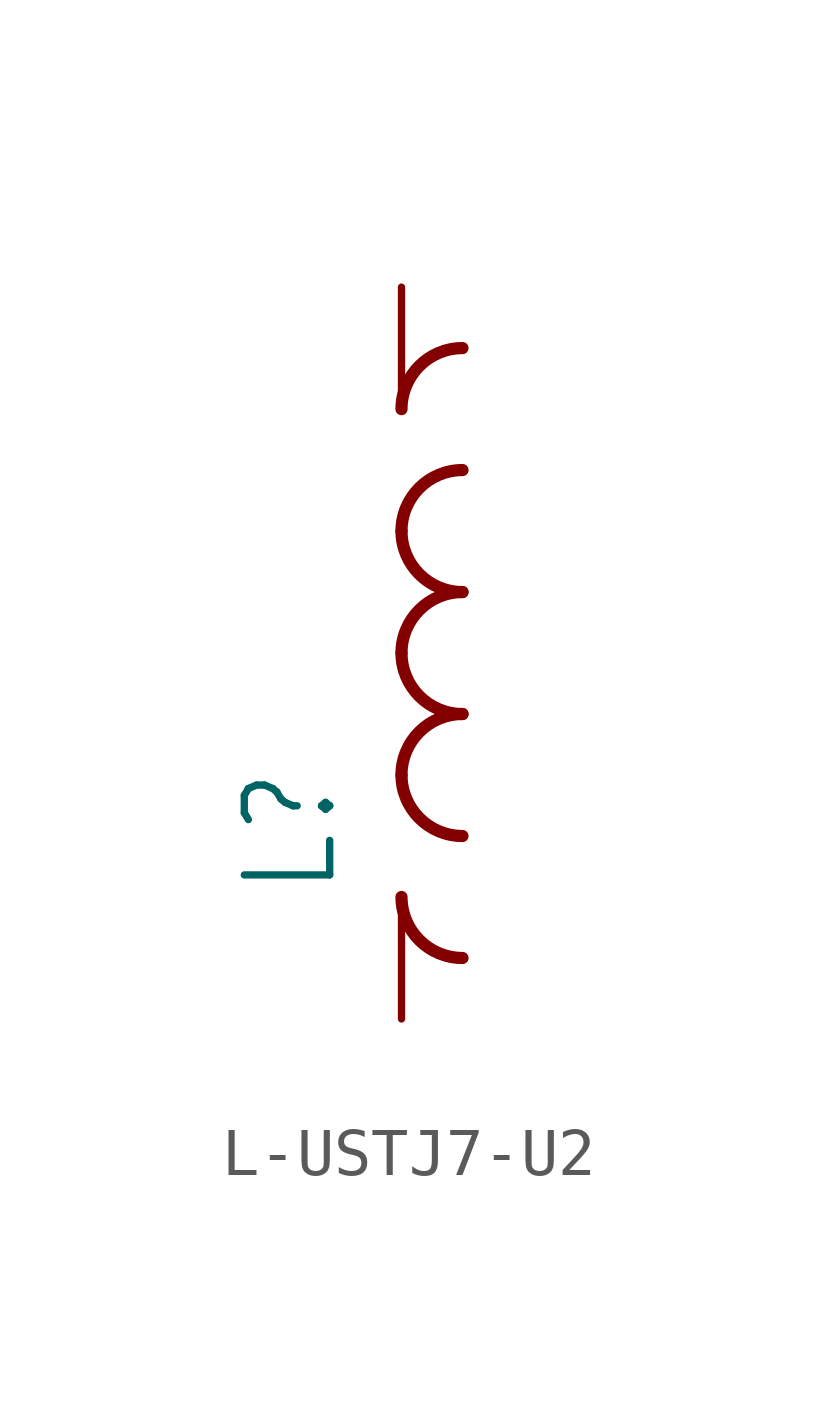
<source format=kicad_sym>
(kicad_symbol_lib
  (version 20241209)
  (generator "kicad_symbol_editor")
  (generator_version "9.0")
  (symbol "L-USTJ7-U2"
    (property "Reference" "L"
      (at -1.27 -5.08 90)
      (effects (font (size 1.778 1.511)) (justify left bottom)))
    (property "Value" ""
      (at 3.81 -5.08 90)
      (effects (font (size 1.778 1.511)) (justify left bottom)))
    (property "ki_locked" ""
      (at 0 0 0)
      (effects (font (size 1.27 1.27))))
    (symbol "L-USTJ7-U2_1_0"
      (arc (start 0 5.08) (mid 0.372 5.978) (end 1.27 6.35) (stroke (width 0.254) (type solid)) (fill (type none)))
      (arc (start 0 2.54) (mid 0.372 3.438) (end 1.27 3.81) (stroke (width 0.254) (type solid)) (fill (type none)))
      (arc (start 1.27 1.27) (mid 0.372 1.642) (end 0 2.54) (stroke (width 0.254) (type solid)) (fill (type none)))
      (arc (start 0 0) (mid 0.372 0.898) (end 1.27 1.27) (stroke (width 0.254) (type solid)) (fill (type none)))
      (arc (start 1.27 -1.27) (mid 0.372 -0.898) (end 0 0) (stroke (width 0.254) (type solid)) (fill (type none)))
      (arc (start 0 -2.54) (mid 0.372 -1.642) (end 1.27 -1.27) (stroke (width 0.254) (type solid)) (fill (type none)))
      (arc (start 1.27 -3.81) (mid 0.372 -3.438) (end 0 -2.54) (stroke (width 0.254) (type solid)) (fill (type none)))
      (arc (start 1.27 -6.35) (mid 0.372 -5.978) (end 0 -5.08) (stroke (width 0.254) (type solid)) (fill (type none)))
      (pin passive line (at 0 7.62 270) (length 2.54) (name "1" (effects (font (size 0 0)))) (number "1" (effects (font (size 0 0)))))
      (pin passive line (at 0 -7.62 90) (length 2.54) (name "2" (effects (font (size 0 0)))) (number "2" (effects (font (size 0 0))))))))
</source>
